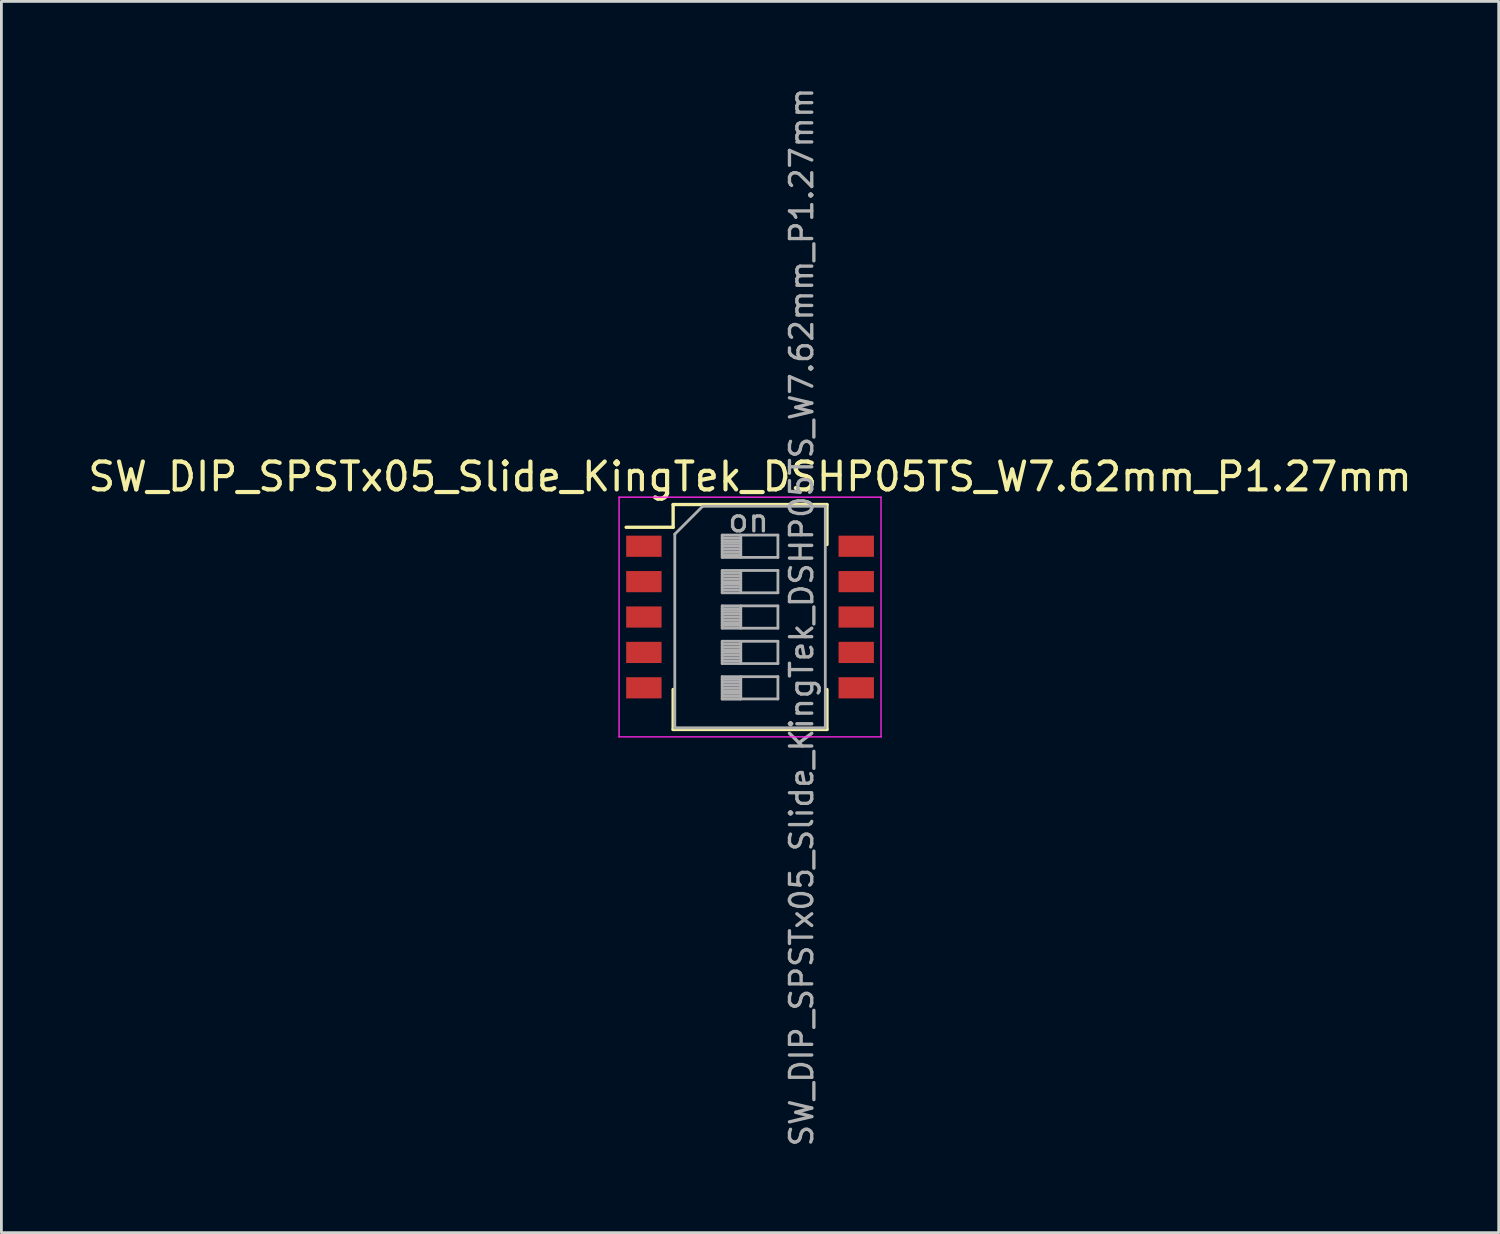
<source format=kicad_pcb>
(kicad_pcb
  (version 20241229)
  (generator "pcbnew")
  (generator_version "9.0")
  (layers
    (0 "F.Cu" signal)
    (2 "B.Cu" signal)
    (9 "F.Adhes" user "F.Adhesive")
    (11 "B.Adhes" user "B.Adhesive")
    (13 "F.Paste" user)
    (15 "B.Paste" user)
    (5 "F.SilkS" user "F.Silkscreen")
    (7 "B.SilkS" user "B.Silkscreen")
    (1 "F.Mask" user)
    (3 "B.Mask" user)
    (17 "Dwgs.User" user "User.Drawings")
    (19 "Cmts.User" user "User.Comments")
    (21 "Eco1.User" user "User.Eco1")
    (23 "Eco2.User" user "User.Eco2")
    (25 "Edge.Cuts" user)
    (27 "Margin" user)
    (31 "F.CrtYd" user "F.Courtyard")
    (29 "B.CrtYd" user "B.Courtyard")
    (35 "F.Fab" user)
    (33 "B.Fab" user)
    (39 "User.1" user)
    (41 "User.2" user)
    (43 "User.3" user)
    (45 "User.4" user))
  (footprint "SW_DIP_SPSTx05_Slide_KingTek_DSHP05TS_W7.62mm_P1.27mm"
    (layer "F.Cu")
    (at 23.863 19.09)
    (property "Reference" "SW_DIP_SPSTx05_Slide_KingTek_DSHP05TS_W7.62mm_P1.27mm" (at 0 -5.035 0) (layer "F.SilkS") (effects (font (size 1 1) (thickness 0.15))))
    (attr smd)
    (fp_line (start -4.446 -3.22) (end -2.76 -3.22) (stroke (width 0.12) (type solid)) (layer "F.SilkS"))
    (fp_line (start -2.76 -4.036) (end -2.76 -3.22) (stroke (width 0.12) (type solid)) (layer "F.SilkS"))
    (fp_line (start -2.76 -4.036) (end 2.76 -4.036) (stroke (width 0.12) (type solid)) (layer "F.SilkS"))
    (fp_line (start -2.76 2.6) (end -2.76 4.035) (stroke (width 0.12) (type solid)) (layer "F.SilkS"))
    (fp_line (start -2.76 4.035) (end 2.76 4.035) (stroke (width 0.12) (type solid)) (layer "F.SilkS"))
    (fp_line (start 2.76 -4.036) (end 2.76 -2.601) (stroke (width 0.12) (type solid)) (layer "F.SilkS"))
    (fp_line (start 2.76 2.6) (end 2.76 4.035) (stroke (width 0.12) (type solid)) (layer "F.SilkS"))
    (fp_line (start -4.7 -4.3) (end -4.7 4.3) (stroke (width 0.05) (type solid)) (layer "F.CrtYd"))
    (fp_line (start -4.7 4.3) (end 4.7 4.3) (stroke (width 0.05) (type solid)) (layer "F.CrtYd"))
    (fp_line (start 4.7 -4.3) (end -4.7 -4.3) (stroke (width 0.05) (type solid)) (layer "F.CrtYd"))
    (fp_line (start 4.7 4.3) (end 4.7 -4.3) (stroke (width 0.05) (type solid)) (layer "F.CrtYd"))
    (fp_line (start -2.7 -2.975) (end -1.7 -3.975) (stroke (width 0.1) (type solid)) (layer "F.Fab"))
    (fp_line (start -2.7 3.975) (end -2.7 -2.975) (stroke (width 0.1) (type solid)) (layer "F.Fab"))
    (fp_line (start -1.7 -3.975) (end 2.7 -3.975) (stroke (width 0.1) (type solid)) (layer "F.Fab"))
    (fp_line (start -1 -2.94) (end -1 -2.14) (stroke (width 0.1) (type solid)) (layer "F.Fab"))
    (fp_line (start -1 -2.84) (end -0.333 -2.84) (stroke (width 0.1) (type solid)) (layer "F.Fab"))
    (fp_line (start -1 -2.74) (end -0.333 -2.74) (stroke (width 0.1) (type solid)) (layer "F.Fab"))
    (fp_line (start -1 -2.64) (end -0.333 -2.64) (stroke (width 0.1) (type solid)) (layer "F.Fab"))
    (fp_line (start -1 -2.54) (end -0.333 -2.54) (stroke (width 0.1) (type solid)) (layer "F.Fab"))
    (fp_line (start -1 -2.44) (end -0.333 -2.44) (stroke (width 0.1) (type solid)) (layer "F.Fab"))
    (fp_line (start -1 -2.34) (end -0.333 -2.34) (stroke (width 0.1) (type solid)) (layer "F.Fab"))
    (fp_line (start -1 -2.24) (end -0.333 -2.24) (stroke (width 0.1) (type solid)) (layer "F.Fab"))
    (fp_line (start -1 -2.14) (end 1 -2.14) (stroke (width 0.1) (type solid)) (layer "F.Fab"))
    (fp_line (start -1 -1.67) (end -1 -0.87) (stroke (width 0.1) (type solid)) (layer "F.Fab"))
    (fp_line (start -1 -1.57) (end -0.333 -1.57) (stroke (width 0.1) (type solid)) (layer "F.Fab"))
    (fp_line (start -1 -1.47) (end -0.333 -1.47) (stroke (width 0.1) (type solid)) (layer "F.Fab"))
    (fp_line (start -1 -1.37) (end -0.333 -1.37) (stroke (width 0.1) (type solid)) (layer "F.Fab"))
    (fp_line (start -1 -1.27) (end -0.333 -1.27) (stroke (width 0.1) (type solid)) (layer "F.Fab"))
    (fp_line (start -1 -1.17) (end -0.333 -1.17) (stroke (width 0.1) (type solid)) (layer "F.Fab"))
    (fp_line (start -1 -1.07) (end -0.333 -1.07) (stroke (width 0.1) (type solid)) (layer "F.Fab"))
    (fp_line (start -1 -0.97) (end -0.333 -0.97) (stroke (width 0.1) (type solid)) (layer "F.Fab"))
    (fp_line (start -1 -0.87) (end 1 -0.87) (stroke (width 0.1) (type solid)) (layer "F.Fab"))
    (fp_line (start -1 -0.4) (end -1 0.4) (stroke (width 0.1) (type solid)) (layer "F.Fab"))
    (fp_line (start -1 -0.3) (end -0.333 -0.3) (stroke (width 0.1) (type solid)) (layer "F.Fab"))
    (fp_line (start -1 -0.2) (end -0.333 -0.2) (stroke (width 0.1) (type solid)) (layer "F.Fab"))
    (fp_line (start -1 -0.1) (end -0.333 -0.1) (stroke (width 0.1) (type solid)) (layer "F.Fab"))
    (fp_line (start -1 0) (end -0.333 0) (stroke (width 0.1) (type solid)) (layer "F.Fab"))
    (fp_line (start -1 0.1) (end -0.333 0.1) (stroke (width 0.1) (type solid)) (layer "F.Fab"))
    (fp_line (start -1 0.2) (end -0.333 0.2) (stroke (width 0.1) (type solid)) (layer "F.Fab"))
    (fp_line (start -1 0.3) (end -0.333 0.3) (stroke (width 0.1) (type solid)) (layer "F.Fab"))
    (fp_line (start -1 0.4) (end 1 0.4) (stroke (width 0.1) (type solid)) (layer "F.Fab"))
    (fp_line (start -1 0.87) (end -1 1.67) (stroke (width 0.1) (type solid)) (layer "F.Fab"))
    (fp_line (start -1 0.97) (end -0.333 0.97) (stroke (width 0.1) (type solid)) (layer "F.Fab"))
    (fp_line (start -1 1.07) (end -0.333 1.07) (stroke (width 0.1) (type solid)) (layer "F.Fab"))
    (fp_line (start -1 1.17) (end -0.333 1.17) (stroke (width 0.1) (type solid)) (layer "F.Fab"))
    (fp_line (start -1 1.27) (end -0.333 1.27) (stroke (width 0.1) (type solid)) (layer "F.Fab"))
    (fp_line (start -1 1.37) (end -0.333 1.37) (stroke (width 0.1) (type solid)) (layer "F.Fab"))
    (fp_line (start -1 1.47) (end -0.333 1.47) (stroke (width 0.1) (type solid)) (layer "F.Fab"))
    (fp_line (start -1 1.57) (end -0.333 1.57) (stroke (width 0.1) (type solid)) (layer "F.Fab"))
    (fp_line (start -1 1.67) (end 1 1.67) (stroke (width 0.1) (type solid)) (layer "F.Fab"))
    (fp_line (start -1 2.14) (end -1 2.94) (stroke (width 0.1) (type solid)) (layer "F.Fab"))
    (fp_line (start -1 2.24) (end -0.333 2.24) (stroke (width 0.1) (type solid)) (layer "F.Fab"))
    (fp_line (start -1 2.34) (end -0.333 2.34) (stroke (width 0.1) (type solid)) (layer "F.Fab"))
    (fp_line (start -1 2.44) (end -0.333 2.44) (stroke (width 0.1) (type solid)) (layer "F.Fab"))
    (fp_line (start -1 2.54) (end -0.333 2.54) (stroke (width 0.1) (type solid)) (layer "F.Fab"))
    (fp_line (start -1 2.64) (end -0.333 2.64) (stroke (width 0.1) (type solid)) (layer "F.Fab"))
    (fp_line (start -1 2.74) (end -0.333 2.74) (stroke (width 0.1) (type solid)) (layer "F.Fab"))
    (fp_line (start -1 2.84) (end -0.333 2.84) (stroke (width 0.1) (type solid)) (layer "F.Fab"))
    (fp_line (start -1 2.94) (end -0.333 2.94) (stroke (width 0.1) (type solid)) (layer "F.Fab"))
    (fp_line (start -1 2.94) (end 1 2.94) (stroke (width 0.1) (type solid)) (layer "F.Fab"))
    (fp_line (start -0.333 -2.94) (end -0.333 -2.14) (stroke (width 0.1) (type solid)) (layer "F.Fab"))
    (fp_line (start -0.333 -1.67) (end -0.333 -0.87) (stroke (width 0.1) (type solid)) (layer "F.Fab"))
    (fp_line (start -0.333 -0.4) (end -0.333 0.4) (stroke (width 0.1) (type solid)) (layer "F.Fab"))
    (fp_line (start -0.333 0.87) (end -0.333 1.67) (stroke (width 0.1) (type solid)) (layer "F.Fab"))
    (fp_line (start -0.333 2.14) (end -0.333 2.94) (stroke (width 0.1) (type solid)) (layer "F.Fab"))
    (fp_line (start 1 -2.94) (end -1 -2.94) (stroke (width 0.1) (type solid)) (layer "F.Fab"))
    (fp_line (start 1 -2.14) (end 1 -2.94) (stroke (width 0.1) (type solid)) (layer "F.Fab"))
    (fp_line (start 1 -1.67) (end -1 -1.67) (stroke (width 0.1) (type solid)) (layer "F.Fab"))
    (fp_line (start 1 -0.87) (end 1 -1.67) (stroke (width 0.1) (type solid)) (layer "F.Fab"))
    (fp_line (start 1 -0.4) (end -1 -0.4) (stroke (width 0.1) (type solid)) (layer "F.Fab"))
    (fp_line (start 1 0.4) (end 1 -0.4) (stroke (width 0.1) (type solid)) (layer "F.Fab"))
    (fp_line (start 1 0.87) (end -1 0.87) (stroke (width 0.1) (type solid)) (layer "F.Fab"))
    (fp_line (start 1 1.67) (end 1 0.87) (stroke (width 0.1) (type solid)) (layer "F.Fab"))
    (fp_line (start 1 2.14) (end -1 2.14) (stroke (width 0.1) (type solid)) (layer "F.Fab"))
    (fp_line (start 1 2.94) (end 1 2.14) (stroke (width 0.1) (type solid)) (layer "F.Fab"))
    (fp_line (start 2.7 -3.975) (end 2.7 3.975) (stroke (width 0.1) (type solid)) (layer "F.Fab"))
    (fp_line (start 2.7 3.975) (end -2.7 3.975) (stroke (width 0.1) (type solid)) (layer "F.Fab"))
    (fp_text user "on" (at -0.055 -3.458 0) (layer "F.Fab") (effects (font (size 0.8 0.8) (thickness 0.12))))
    (fp_text user "${REFERENCE}" (at 1.85 0 90) (layer "F.Fab") (effects (font (size 0.8 0.8) (thickness 0.12))))
    (pad "1" smd rect (at -3.81 -2.54) (size 1.27 0.76) (layers "F.Cu" "F.Mask" "F.Paste"))
    (pad "2" smd rect (at -3.81 -1.27) (size 1.27 0.76) (layers "F.Cu" "F.Mask" "F.Paste"))
    (pad "3" smd rect (at -3.81 0) (size 1.27 0.76) (layers "F.Cu" "F.Mask" "F.Paste"))
    (pad "4" smd rect (at -3.81 1.27) (size 1.27 0.76) (layers "F.Cu" "F.Mask" "F.Paste"))
    (pad "5" smd rect (at -3.81 2.54) (size 1.27 0.76) (layers "F.Cu" "F.Mask" "F.Paste"))
    (pad "6" smd rect (at 3.81 2.54) (size 1.27 0.76) (layers "F.Cu" "F.Mask" "F.Paste"))
    (pad "7" smd rect (at 3.81 1.27) (size 1.27 0.76) (layers "F.Cu" "F.Mask" "F.Paste"))
    (pad "8" smd rect (at 3.81 0) (size 1.27 0.76) (layers "F.Cu" "F.Mask" "F.Paste"))
    (pad "9" smd rect (at 3.81 -1.27) (size 1.27 0.76) (layers "F.Cu" "F.Mask" "F.Paste"))
    (pad "10" smd rect (at 3.81 -2.54) (size 1.27 0.76) (layers "F.Cu" "F.Mask" "F.Paste")))
  (gr_rect
    (start -3 -3)
    (end 50.726 41.181)
    (stroke (width 0.1) (type default))
    (fill no)
    (layer "Edge.Cuts")))
</source>
